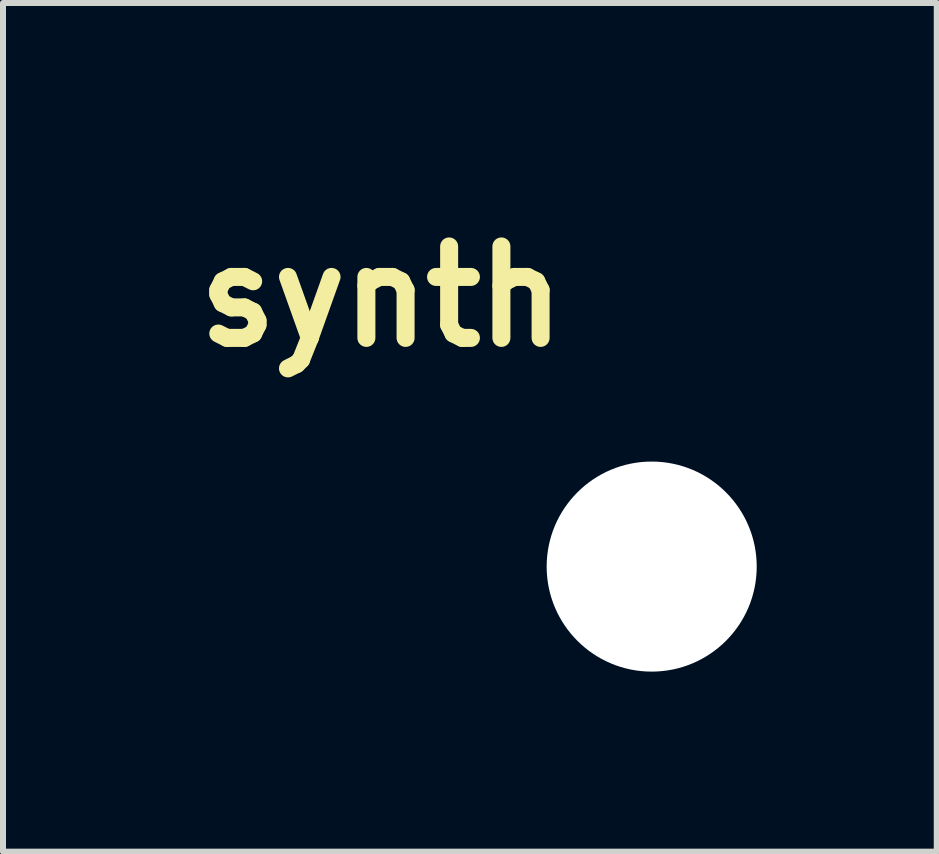
<source format=kicad_pcb>
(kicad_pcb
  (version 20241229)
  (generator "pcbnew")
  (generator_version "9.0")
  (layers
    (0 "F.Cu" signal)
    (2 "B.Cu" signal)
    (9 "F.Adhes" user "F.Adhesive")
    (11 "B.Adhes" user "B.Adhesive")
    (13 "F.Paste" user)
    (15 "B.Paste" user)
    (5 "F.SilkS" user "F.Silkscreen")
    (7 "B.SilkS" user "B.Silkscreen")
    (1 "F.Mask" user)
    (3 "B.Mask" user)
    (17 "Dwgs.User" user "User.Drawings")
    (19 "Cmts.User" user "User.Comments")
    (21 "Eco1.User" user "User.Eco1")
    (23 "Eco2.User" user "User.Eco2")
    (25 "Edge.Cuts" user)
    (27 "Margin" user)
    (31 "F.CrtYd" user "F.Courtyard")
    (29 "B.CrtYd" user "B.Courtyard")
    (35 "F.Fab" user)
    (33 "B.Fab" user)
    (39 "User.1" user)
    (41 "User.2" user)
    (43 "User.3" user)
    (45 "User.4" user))
  (footprint "synth"
    (layer "F.Cu")
    (at 7.809 6.391)
    (property "Reference" "synth" (at -4.5 -4.5 0) (layer "F.SilkS") (effects (font (size 1.524 1.524) (thickness 0.3))))
    (attr through_hole)
    (fp_poly (pts (xy -4.606 -6.386) (xy -4.519 -6.385) (xy -4.446 -6.384) (xy -4.387 -6.383) (xy -4.344 -6.382) (xy -4.317 -6.381) (xy -4.307 -6.379) (xy -4.269 -6.362) (xy -4.232 -6.333) (xy -4.201 -6.297) (xy -4.193 -6.283) (xy -4.174 -6.248) (xy -4.17 -2.993) (xy -3.383 -2.993) (xy -3.383 -4.231) (xy -3.383 -4.423) (xy -3.383 -4.597) (xy -3.382 -4.756) (xy -3.382 -4.898) (xy -3.381 -5.024) (xy -3.381 -5.135) (xy -3.38 -5.231) (xy -3.379 -5.312) (xy -3.378 -5.378) (xy -3.377 -5.43) (xy -3.376 -5.468) (xy -3.375 -5.492) (xy -3.374 -5.502) (xy -3.358 -5.533) (xy -3.332 -5.566) (xy -3.3 -5.596) (xy -3.266 -5.618) (xy -3.251 -5.624) (xy -3.239 -5.626) (xy -3.218 -5.628) (xy -3.188 -5.629) (xy -3.147 -5.631) (xy -3.094 -5.632) (xy -3.03 -5.633) (xy -2.952 -5.633) (xy -2.859 -5.634) (xy -2.752 -5.634) (xy -2.629 -5.634) (xy -2.62 -5.634) (xy -2.505 -5.634) (xy -2.406 -5.634) (xy -2.321 -5.634) (xy -2.25 -5.633) (xy -2.19 -5.633) (xy -2.141 -5.632) (xy -2.102 -5.632) (xy -2.071 -5.631) (xy -2.047 -5.629) (xy -2.028 -5.628) (xy -2.014 -5.626) (xy -2.004 -5.623) (xy -1.995 -5.62) (xy -1.988 -5.617) (xy -1.986 -5.617) (xy -1.943 -5.592) (xy -1.911 -5.561) (xy -1.89 -5.528) (xy -1.886 -5.52) (xy -1.883 -5.512) (xy -1.88 -5.501) (xy -1.877 -5.487) (xy -1.876 -5.468) (xy -1.874 -5.443) (xy -1.873 -5.409) (xy -1.872 -5.366) (xy -1.871 -5.312) (xy -1.871 -5.245) (xy -1.87 -5.165) (xy -1.87 -5.073) (xy -1.867 -4.652) (xy -1.611 -4.652) (xy -1.536 -4.652) (xy -1.468 -4.651) (xy -1.412 -4.65) (xy -1.367 -4.648) (xy -1.337 -4.645) (xy -1.323 -4.643) (xy -1.289 -4.627) (xy -1.254 -4.6) (xy -1.224 -4.567) (xy -1.206 -4.538) (xy -1.192 -4.488) (xy -1.193 -4.435) (xy -1.209 -4.384) (xy -1.238 -4.339) (xy -1.251 -4.325) (xy -1.264 -4.313) (xy -1.277 -4.302) (xy -1.291 -4.294) (xy -1.308 -4.287) (xy -1.33 -4.282) (xy -1.357 -4.278) (xy -1.392 -4.275) (xy -1.436 -4.273) (xy -1.491 -4.272) (xy -1.559 -4.272) (xy -1.641 -4.272) (xy -1.718 -4.271) (xy -1.821 -4.272) (xy -1.908 -4.272) (xy -1.979 -4.273) (xy -2.034 -4.275) (xy -2.076 -4.277) (xy -2.103 -4.279) (xy -2.114 -4.281) (xy -2.152 -4.299) (xy -2.189 -4.328) (xy -2.22 -4.363) (xy -2.233 -4.385) (xy -2.236 -4.394) (xy -2.239 -4.404) (xy -2.242 -4.418) (xy -2.244 -4.436) (xy -2.245 -4.46) (xy -2.246 -4.491) (xy -2.247 -4.532) (xy -2.248 -4.583) (xy -2.248 -4.647) (xy -2.248 -4.724) (xy -2.248 -4.816) (xy -2.248 -4.836) (xy -2.249 -5.253) (xy -3.002 -5.253) (xy -3.002 -4.015) (xy -3.002 -3.822) (xy -3.002 -3.645) (xy -3.002 -3.484) (xy -3.003 -3.34) (xy -3.003 -3.212) (xy -3.004 -3.1) (xy -3.005 -3.003) (xy -3.006 -2.923) (xy -3.007 -2.857) (xy -3.008 -2.807) (xy -3.009 -2.771) (xy -3.01 -2.75) (xy -3.011 -2.745) (xy -3.027 -2.711) (xy -3.054 -2.676) (xy -3.087 -2.646) (xy -3.116 -2.628) (xy -3.123 -2.625) (xy -3.132 -2.623) (xy -3.143 -2.621) (xy -3.159 -2.619) (xy -3.179 -2.617) (xy -3.205 -2.616) (xy -3.239 -2.615) (xy -3.282 -2.614) (xy -3.334 -2.614) (xy -3.398 -2.613) (xy -3.473 -2.613) (xy -3.563 -2.613) (xy -3.666 -2.613) (xy -3.777 -2.613) (xy -4.404 -2.613) (xy -4.45 -2.636) (xy -4.496 -2.667) (xy -4.521 -2.696) (xy -4.547 -2.733) (xy -4.549 -4.37) (xy -4.551 -6.007) (xy -5.304 -6.007) (xy -5.304 -4.777) (xy -5.304 -4.623) (xy -5.305 -4.475) (xy -5.305 -4.335) (xy -5.305 -4.203) (xy -5.306 -4.08) (xy -5.306 -3.967) (xy -5.307 -3.864) (xy -5.307 -3.773) (xy -5.308 -3.694) (xy -5.309 -3.629) (xy -5.31 -3.577) (xy -5.311 -3.54) (xy -5.312 -3.519) (xy -5.312 -3.515) (xy -5.332 -3.465) (xy -5.366 -3.423) (xy -5.411 -3.39) (xy -5.414 -3.389) (xy -5.459 -3.366) (xy -6.057 -3.366) (xy -6.192 -3.366) (xy -6.312 -3.366) (xy -6.415 -3.367) (xy -6.502 -3.368) (xy -6.572 -3.369) (xy -6.626 -3.371) (xy -6.664 -3.372) (xy -6.684 -3.374) (xy -6.686 -3.375) (xy -6.721 -3.391) (xy -6.756 -3.418) (xy -6.786 -3.451) (xy -6.803 -3.48) (xy -6.807 -3.489) (xy -6.81 -3.5) (xy -6.813 -3.514) (xy -6.814 -3.533) (xy -6.816 -3.559) (xy -6.817 -3.593) (xy -6.818 -3.636) (xy -6.818 -3.69) (xy -6.819 -3.758) (xy -6.819 -3.84) (xy -6.819 -3.893) (xy -6.819 -4.271) (xy -7.229 -4.271) (xy -7.328 -4.272) (xy -7.412 -4.272) (xy -7.482 -4.272) (xy -7.54 -4.273) (xy -7.586 -4.275) (xy -7.624 -4.277) (xy -7.653 -4.281) (xy -7.676 -4.285) (xy -7.694 -4.291) (xy -7.708 -4.298) (xy -7.721 -4.307) (xy -7.733 -4.317) (xy -7.741 -4.325) (xy -7.774 -4.367) (xy -7.794 -4.417) (xy -7.801 -4.469) (xy -7.792 -4.521) (xy -7.785 -4.538) (xy -7.763 -4.573) (xy -7.732 -4.605) (xy -7.696 -4.631) (xy -7.668 -4.643) (xy -7.652 -4.645) (xy -7.622 -4.647) (xy -7.578 -4.649) (xy -7.522 -4.65) (xy -7.458 -4.651) (xy -7.385 -4.652) (xy -7.306 -4.652) (xy -7.224 -4.653) (xy -7.139 -4.653) (xy -7.054 -4.653) (xy -6.97 -4.652) (xy -6.89 -4.652) (xy -6.814 -4.651) (xy -6.746 -4.65) (xy -6.686 -4.649) (xy -6.637 -4.647) (xy -6.6 -4.646) (xy -6.578 -4.644) (xy -6.573 -4.643) (xy -6.531 -4.622) (xy -6.492 -4.59) (xy -6.462 -4.55) (xy -6.461 -4.548) (xy -6.457 -4.539) (xy -6.453 -4.53) (xy -6.45 -4.519) (xy -6.448 -4.505) (xy -6.446 -4.486) (xy -6.444 -4.46) (xy -6.443 -4.425) (xy -6.442 -4.381) (xy -6.441 -4.326) (xy -6.441 -4.257) (xy -6.44 -4.174) (xy -6.44 -4.13) (xy -6.438 -3.747) (xy -5.685 -3.747) (xy -5.685 -6.242) (xy -5.661 -6.287) (xy -5.636 -6.325) (xy -5.604 -6.352) (xy -5.596 -6.358) (xy -5.555 -6.383) (xy -4.947 -6.385) (xy -4.821 -6.386) (xy -4.707 -6.386) (xy -4.606 -6.386)) (stroke (width 0.01) (type solid)) (fill yes) (layer "F.Mask"))
    (fp_poly (pts (xy -4.606 -6.386) (xy -4.519 -6.385) (xy -4.446 -6.384) (xy -4.387 -6.383) (xy -4.344 -6.382) (xy -4.317 -6.381) (xy -4.307 -6.379) (xy -4.269 -6.362) (xy -4.232 -6.333) (xy -4.201 -6.297) (xy -4.193 -6.283) (xy -4.174 -6.248) (xy -4.17 -2.993) (xy -3.383 -2.993) (xy -3.383 -4.231) (xy -3.383 -4.423) (xy -3.383 -4.597) (xy -3.382 -4.756) (xy -3.382 -4.898) (xy -3.381 -5.024) (xy -3.381 -5.135) (xy -3.38 -5.231) (xy -3.379 -5.312) (xy -3.378 -5.378) (xy -3.377 -5.43) (xy -3.376 -5.468) (xy -3.375 -5.492) (xy -3.374 -5.502) (xy -3.358 -5.533) (xy -3.332 -5.566) (xy -3.3 -5.596) (xy -3.266 -5.618) (xy -3.251 -5.624) (xy -3.239 -5.626) (xy -3.218 -5.628) (xy -3.188 -5.629) (xy -3.147 -5.631) (xy -3.094 -5.632) (xy -3.03 -5.633) (xy -2.952 -5.633) (xy -2.859 -5.634) (xy -2.752 -5.634) (xy -2.629 -5.634) (xy -2.62 -5.634) (xy -2.505 -5.634) (xy -2.406 -5.634) (xy -2.321 -5.634) (xy -2.25 -5.633) (xy -2.19 -5.633) (xy -2.141 -5.632) (xy -2.102 -5.632) (xy -2.071 -5.631) (xy -2.047 -5.629) (xy -2.028 -5.628) (xy -2.014 -5.626) (xy -2.004 -5.623) (xy -1.995 -5.62) (xy -1.988 -5.617) (xy -1.986 -5.617) (xy -1.943 -5.592) (xy -1.911 -5.561) (xy -1.89 -5.528) (xy -1.886 -5.52) (xy -1.883 -5.512) (xy -1.88 -5.501) (xy -1.877 -5.487) (xy -1.876 -5.468) (xy -1.874 -5.443) (xy -1.873 -5.409) (xy -1.872 -5.366) (xy -1.871 -5.312) (xy -1.871 -5.245) (xy -1.87 -5.165) (xy -1.87 -5.073) (xy -1.867 -4.652) (xy -1.611 -4.652) (xy -1.536 -4.652) (xy -1.468 -4.651) (xy -1.412 -4.65) (xy -1.367 -4.648) (xy -1.337 -4.645) (xy -1.323 -4.643) (xy -1.289 -4.627) (xy -1.254 -4.6) (xy -1.224 -4.567) (xy -1.206 -4.538) (xy -1.192 -4.488) (xy -1.193 -4.435) (xy -1.209 -4.384) (xy -1.238 -4.339) (xy -1.251 -4.325) (xy -1.264 -4.313) (xy -1.277 -4.302) (xy -1.291 -4.294) (xy -1.308 -4.287) (xy -1.33 -4.282) (xy -1.357 -4.278) (xy -1.392 -4.275) (xy -1.436 -4.273) (xy -1.491 -4.272) (xy -1.559 -4.272) (xy -1.641 -4.272) (xy -1.718 -4.271) (xy -1.821 -4.272) (xy -1.908 -4.272) (xy -1.979 -4.273) (xy -2.034 -4.275) (xy -2.076 -4.277) (xy -2.103 -4.279) (xy -2.114 -4.281) (xy -2.152 -4.299) (xy -2.189 -4.328) (xy -2.22 -4.363) (xy -2.233 -4.385) (xy -2.236 -4.394) (xy -2.239 -4.404) (xy -2.242 -4.418) (xy -2.244 -4.436) (xy -2.245 -4.46) (xy -2.246 -4.491) (xy -2.247 -4.532) (xy -2.248 -4.583) (xy -2.248 -4.647) (xy -2.248 -4.724) (xy -2.248 -4.816) (xy -2.248 -4.836) (xy -2.249 -5.253) (xy -3.002 -5.253) (xy -3.002 -4.015) (xy -3.002 -3.822) (xy -3.002 -3.645) (xy -3.002 -3.484) (xy -3.003 -3.34) (xy -3.003 -3.212) (xy -3.004 -3.1) (xy -3.005 -3.003) (xy -3.006 -2.923) (xy -3.007 -2.857) (xy -3.008 -2.807) (xy -3.009 -2.771) (xy -3.01 -2.75) (xy -3.011 -2.745) (xy -3.027 -2.711) (xy -3.054 -2.676) (xy -3.087 -2.646) (xy -3.116 -2.628) (xy -3.123 -2.625) (xy -3.132 -2.623) (xy -3.143 -2.621) (xy -3.159 -2.619) (xy -3.179 -2.617) (xy -3.205 -2.616) (xy -3.239 -2.615) (xy -3.282 -2.614) (xy -3.334 -2.614) (xy -3.398 -2.613) (xy -3.473 -2.613) (xy -3.563 -2.613) (xy -3.666 -2.613) (xy -3.777 -2.613) (xy -4.404 -2.613) (xy -4.45 -2.636) (xy -4.496 -2.667) (xy -4.521 -2.696) (xy -4.547 -2.733) (xy -4.549 -4.37) (xy -4.551 -6.007) (xy -5.304 -6.007) (xy -5.304 -4.777) (xy -5.304 -4.623) (xy -5.305 -4.475) (xy -5.305 -4.335) (xy -5.305 -4.203) (xy -5.306 -4.08) (xy -5.306 -3.967) (xy -5.307 -3.864) (xy -5.307 -3.773) (xy -5.308 -3.694) (xy -5.309 -3.629) (xy -5.31 -3.577) (xy -5.311 -3.54) (xy -5.312 -3.519) (xy -5.312 -3.515) (xy -5.332 -3.465) (xy -5.366 -3.423) (xy -5.411 -3.39) (xy -5.414 -3.389) (xy -5.459 -3.366) (xy -6.057 -3.366) (xy -6.192 -3.366) (xy -6.312 -3.366) (xy -6.415 -3.367) (xy -6.502 -3.368) (xy -6.572 -3.369) (xy -6.626 -3.371) (xy -6.664 -3.372) (xy -6.684 -3.374) (xy -6.686 -3.375) (xy -6.721 -3.391) (xy -6.756 -3.418) (xy -6.786 -3.451) (xy -6.803 -3.48) (xy -6.807 -3.489) (xy -6.81 -3.5) (xy -6.813 -3.514) (xy -6.814 -3.533) (xy -6.816 -3.559) (xy -6.817 -3.593) (xy -6.818 -3.636) (xy -6.818 -3.69) (xy -6.819 -3.758) (xy -6.819 -3.84) (xy -6.819 -3.893) (xy -6.819 -4.271) (xy -7.229 -4.271) (xy -7.328 -4.272) (xy -7.412 -4.272) (xy -7.482 -4.272) (xy -7.54 -4.273) (xy -7.586 -4.275) (xy -7.624 -4.277) (xy -7.653 -4.281) (xy -7.676 -4.285) (xy -7.694 -4.291) (xy -7.708 -4.298) (xy -7.721 -4.307) (xy -7.733 -4.317) (xy -7.741 -4.325) (xy -7.774 -4.367) (xy -7.794 -4.417) (xy -7.801 -4.469) (xy -7.792 -4.521) (xy -7.785 -4.538) (xy -7.763 -4.573) (xy -7.732 -4.605) (xy -7.696 -4.631) (xy -7.668 -4.643) (xy -7.652 -4.645) (xy -7.622 -4.647) (xy -7.578 -4.649) (xy -7.522 -4.65) (xy -7.458 -4.651) (xy -7.385 -4.652) (xy -7.306 -4.652) (xy -7.224 -4.653) (xy -7.139 -4.653) (xy -7.054 -4.653) (xy -6.97 -4.652) (xy -6.89 -4.652) (xy -6.814 -4.651) (xy -6.746 -4.65) (xy -6.686 -4.649) (xy -6.637 -4.647) (xy -6.6 -4.646) (xy -6.578 -4.644) (xy -6.573 -4.643) (xy -6.531 -4.622) (xy -6.492 -4.59) (xy -6.462 -4.55) (xy -6.461 -4.548) (xy -6.457 -4.539) (xy -6.453 -4.53) (xy -6.45 -4.519) (xy -6.448 -4.505) (xy -6.446 -4.486) (xy -6.444 -4.46) (xy -6.443 -4.425) (xy -6.442 -4.381) (xy -6.441 -4.326) (xy -6.441 -4.257) (xy -6.44 -4.174) (xy -6.44 -4.13) (xy -6.438 -3.747) (xy -5.685 -3.747) (xy -5.685 -6.242) (xy -5.661 -6.287) (xy -5.636 -6.325) (xy -5.604 -6.352) (xy -5.596 -6.358) (xy -5.555 -6.383) (xy -4.947 -6.385) (xy -4.821 -6.386) (xy -4.707 -6.386) (xy -4.606 -6.386)) (stroke (width 0.01) (type solid)) (fill yes) (layer "B.Mask"))
    (pad "" np_thru_hole circle (at 0 0) (size 3.5 3.5) (drill 3.5) (layers "*.Cu" "*.Mask")))
  (gr_rect
    (start -3 -3)
    (end 12.559 11.141)
    (stroke (width 0.1) (type default))
    (fill no)
    (layer "Edge.Cuts")))
</source>
